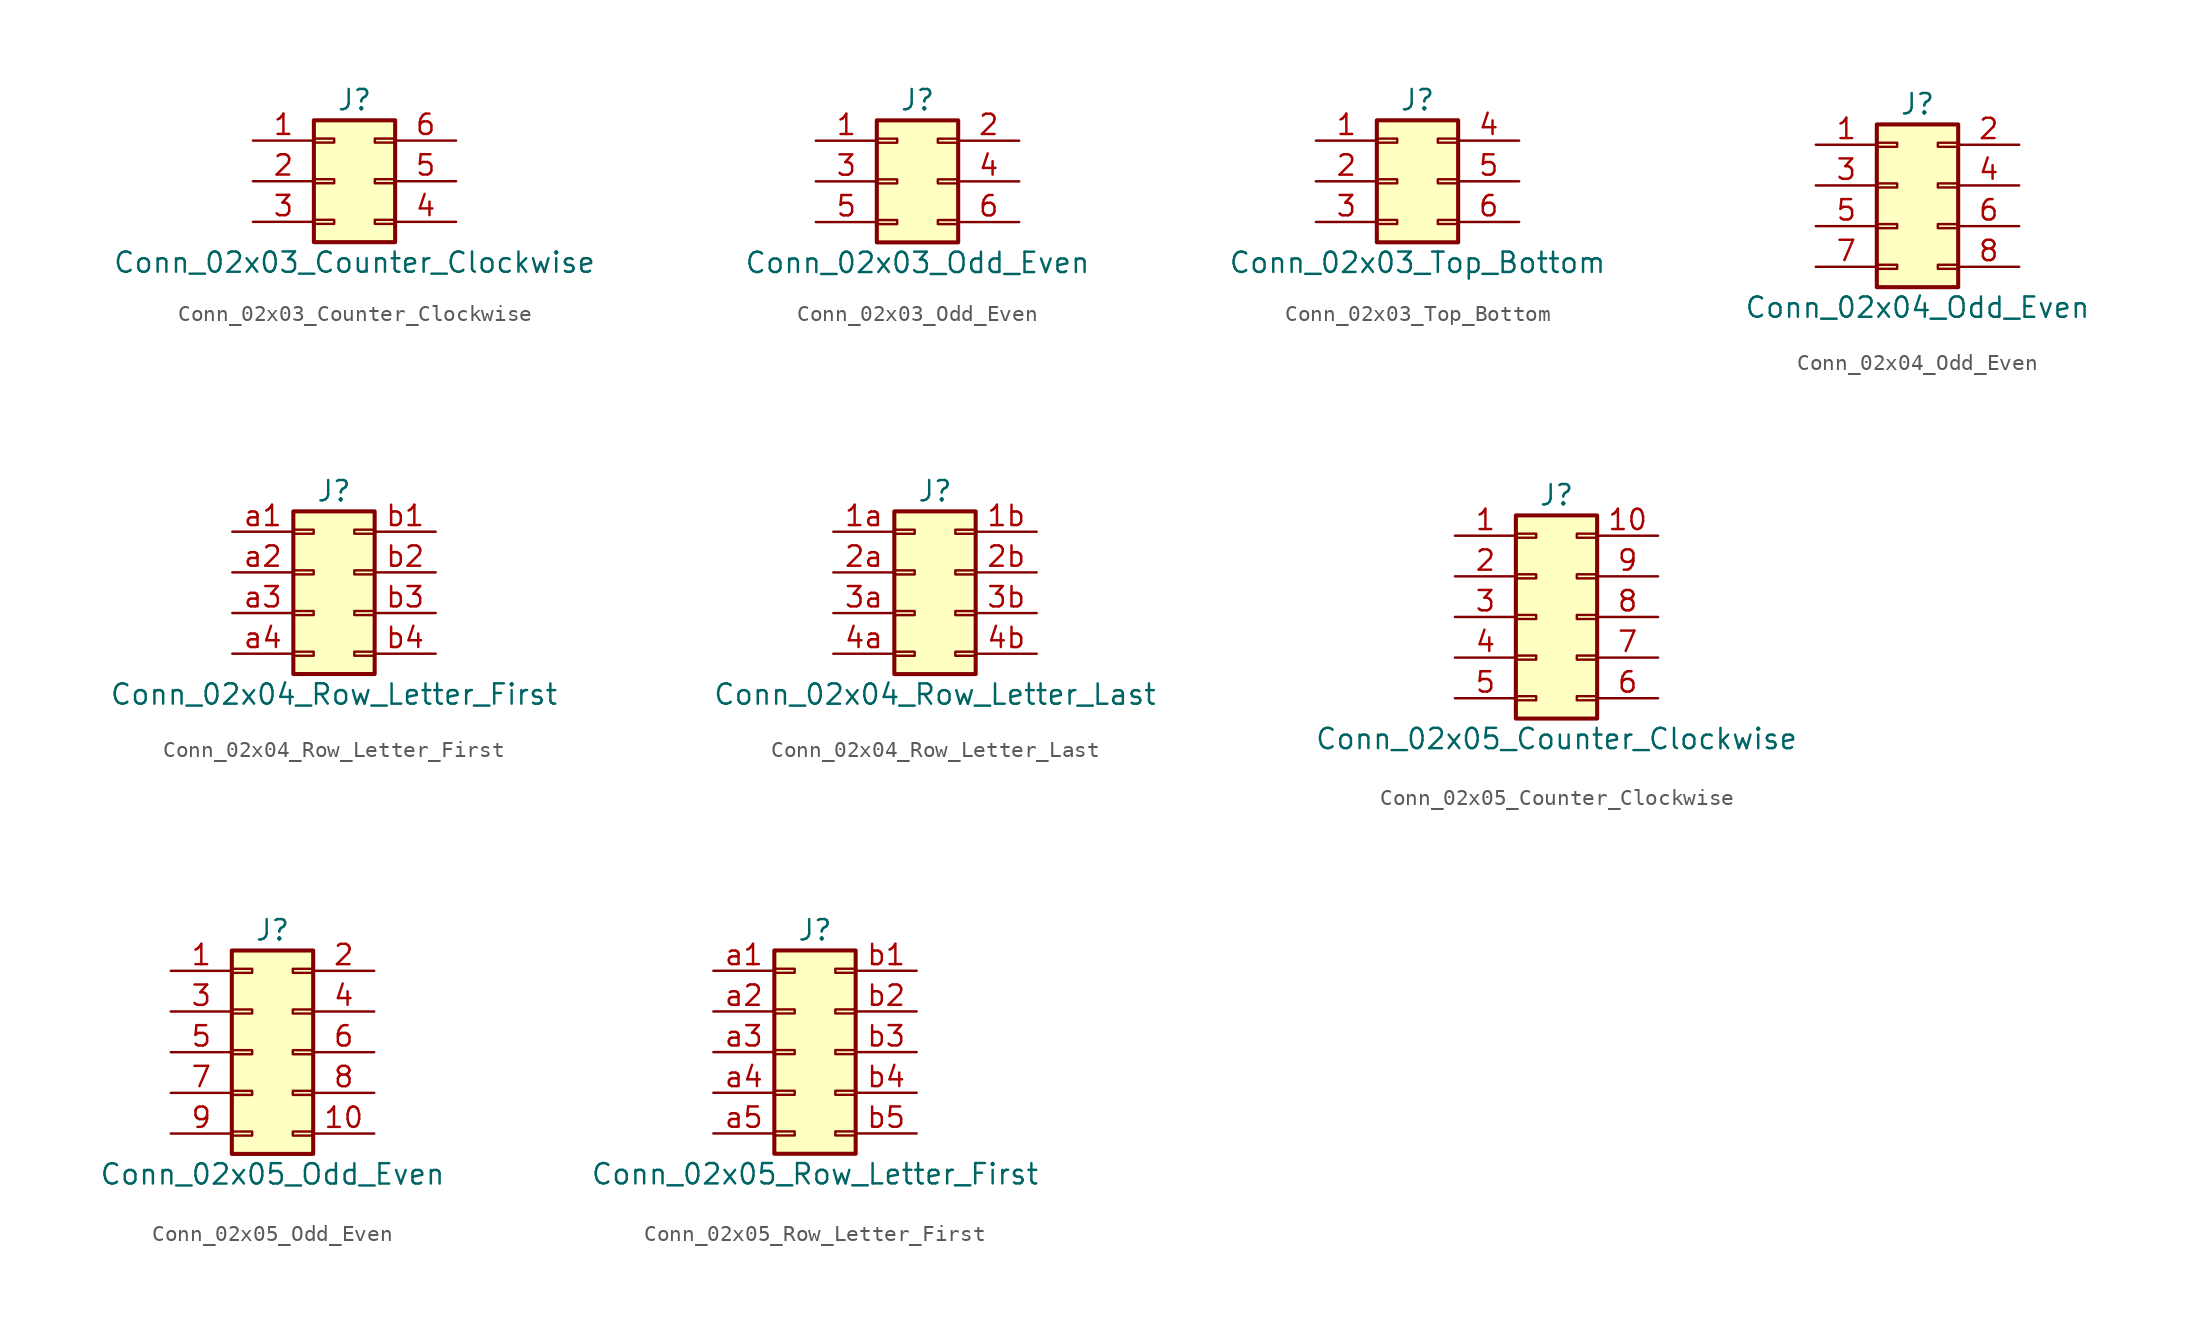
<source format=kicad_sym>
(kicad_symbol_lib
  (version 20201005)
  (generator kicad_symbol_editor)
  (symbol "Connector_Generic:Conn_02x03_Counter_Clockwise"
    (pin_names
      (offset 1.016) hide)
    (property "Reference" "J"
      (at 1.27 5.08 0)
      (effects (font (size 1.27 1.27))))
    (property "Value" "Conn_02x03_Counter_Clockwise"
      (at 1.27 -5.08 0)
      (effects (font (size 1.27 1.27))))
    (symbol "Conn_02x03_Counter_Clockwise_1_1"
      (rectangle (start -1.27 -2.413) (end 0 -2.667) (stroke (width 0.152)) (fill (type none)))
      (rectangle (start -1.27 2.667) (end 0 2.413) (stroke (width 0.152)) (fill (type none)))
      (rectangle (start -1.27 3.81) (end 3.81 -3.81) (stroke (width 0.254)) (fill (type background)))
      (rectangle (start -1.27 0.127) (end 0 -0.127) (stroke (width 0.152)) (fill (type none)))
      (rectangle (start 3.81 -2.413) (end 2.54 -2.667) (stroke (width 0.152)) (fill (type none)))
      (rectangle (start 3.81 2.667) (end 2.54 2.413) (stroke (width 0.152)) (fill (type none)))
      (rectangle (start 3.81 0.127) (end 2.54 -0.127) (stroke (width 0.152)) (fill (type none)))
      (pin passive line (at -5.08 2.54 0) (length 3.81) (name "Pin_1" (effects (font (size 1.27 1.27)))) (number "1" (effects (font (size 1.27 1.27)))))
      (pin passive line (at -5.08 0 0) (length 3.81) (name "Pin_2" (effects (font (size 1.27 1.27)))) (number "2" (effects (font (size 1.27 1.27)))))
      (pin passive line (at -5.08 -2.54 0) (length 3.81) (name "Pin_3" (effects (font (size 1.27 1.27)))) (number "3" (effects (font (size 1.27 1.27)))))
      (pin passive line (at 7.62 -2.54 180) (length 3.81) (name "Pin_4" (effects (font (size 1.27 1.27)))) (number "4" (effects (font (size 1.27 1.27)))))
      (pin passive line (at 7.62 0 180) (length 3.81) (name "Pin_5" (effects (font (size 1.27 1.27)))) (number "5" (effects (font (size 1.27 1.27)))))
      (pin passive line (at 7.62 2.54 180) (length 3.81) (name "Pin_6" (effects (font (size 1.27 1.27)))) (number "6" (effects (font (size 1.27 1.27)))))))
  (symbol "Connector_Generic:Conn_02x03_Odd_Even"
    (pin_names
      (offset 1.016) hide)
    (property "Reference" "J"
      (at 1.27 5.08 0)
      (effects (font (size 1.27 1.27))))
    (property "Value" "Conn_02x03_Odd_Even"
      (at 1.27 -5.08 0)
      (effects (font (size 1.27 1.27))))
    (symbol "Conn_02x03_Odd_Even_1_1"
      (rectangle (start -1.27 -2.413) (end 0 -2.667) (stroke (width 0.152)) (fill (type none)))
      (rectangle (start -1.27 2.667) (end 0 2.413) (stroke (width 0.152)) (fill (type none)))
      (rectangle (start -1.27 3.81) (end 3.81 -3.81) (stroke (width 0.254)) (fill (type background)))
      (rectangle (start -1.27 0.127) (end 0 -0.127) (stroke (width 0.152)) (fill (type none)))
      (rectangle (start 3.81 -2.413) (end 2.54 -2.667) (stroke (width 0.152)) (fill (type none)))
      (rectangle (start 3.81 2.667) (end 2.54 2.413) (stroke (width 0.152)) (fill (type none)))
      (rectangle (start 3.81 0.127) (end 2.54 -0.127) (stroke (width 0.152)) (fill (type none)))
      (pin passive line (at -5.08 2.54 0) (length 3.81) (name "Pin_1" (effects (font (size 1.27 1.27)))) (number "1" (effects (font (size 1.27 1.27)))))
      (pin passive line (at 7.62 2.54 180) (length 3.81) (name "Pin_2" (effects (font (size 1.27 1.27)))) (number "2" (effects (font (size 1.27 1.27)))))
      (pin passive line (at -5.08 0 0) (length 3.81) (name "Pin_3" (effects (font (size 1.27 1.27)))) (number "3" (effects (font (size 1.27 1.27)))))
      (pin passive line (at 7.62 0 180) (length 3.81) (name "Pin_4" (effects (font (size 1.27 1.27)))) (number "4" (effects (font (size 1.27 1.27)))))
      (pin passive line (at -5.08 -2.54 0) (length 3.81) (name "Pin_5" (effects (font (size 1.27 1.27)))) (number "5" (effects (font (size 1.27 1.27)))))
      (pin passive line (at 7.62 -2.54 180) (length 3.81) (name "Pin_6" (effects (font (size 1.27 1.27)))) (number "6" (effects (font (size 1.27 1.27)))))))
  (symbol "Connector_Generic:Conn_02x03_Top_Bottom"
    (pin_names
      (offset 1.016) hide)
    (property "Reference" "J"
      (at 1.27 5.08 0)
      (effects (font (size 1.27 1.27))))
    (property "Value" "Conn_02x03_Top_Bottom"
      (at 1.27 -5.08 0)
      (effects (font (size 1.27 1.27))))
    (symbol "Conn_02x03_Top_Bottom_1_1"
      (rectangle (start -1.27 -2.413) (end 0 -2.667) (stroke (width 0.152)) (fill (type none)))
      (rectangle (start -1.27 2.667) (end 0 2.413) (stroke (width 0.152)) (fill (type none)))
      (rectangle (start -1.27 3.81) (end 3.81 -3.81) (stroke (width 0.254)) (fill (type background)))
      (rectangle (start -1.27 0.127) (end 0 -0.127) (stroke (width 0.152)) (fill (type none)))
      (rectangle (start 3.81 -2.413) (end 2.54 -2.667) (stroke (width 0.152)) (fill (type none)))
      (rectangle (start 3.81 2.667) (end 2.54 2.413) (stroke (width 0.152)) (fill (type none)))
      (rectangle (start 3.81 0.127) (end 2.54 -0.127) (stroke (width 0.152)) (fill (type none)))
      (pin passive line (at -5.08 2.54 0) (length 3.81) (name "Pin_1" (effects (font (size 1.27 1.27)))) (number "1" (effects (font (size 1.27 1.27)))))
      (pin passive line (at -5.08 0 0) (length 3.81) (name "Pin_2" (effects (font (size 1.27 1.27)))) (number "2" (effects (font (size 1.27 1.27)))))
      (pin passive line (at -5.08 -2.54 0) (length 3.81) (name "Pin_3" (effects (font (size 1.27 1.27)))) (number "3" (effects (font (size 1.27 1.27)))))
      (pin passive line (at 7.62 2.54 180) (length 3.81) (name "Pin_4" (effects (font (size 1.27 1.27)))) (number "4" (effects (font (size 1.27 1.27)))))
      (pin passive line (at 7.62 0 180) (length 3.81) (name "Pin_5" (effects (font (size 1.27 1.27)))) (number "5" (effects (font (size 1.27 1.27)))))
      (pin passive line (at 7.62 -2.54 180) (length 3.81) (name "Pin_6" (effects (font (size 1.27 1.27)))) (number "6" (effects (font (size 1.27 1.27)))))))
  (symbol "Connector_Generic:Conn_02x04_Odd_Even"
    (pin_names
      (offset 1.016) hide)
    (property "Reference" "J"
      (at 1.27 5.08 0)
      (effects (font (size 1.27 1.27))))
    (property "Value" "Conn_02x04_Odd_Even"
      (at 1.27 -7.62 0)
      (effects (font (size 1.27 1.27))))
    (symbol "Conn_02x04_Odd_Even_1_1"
      (rectangle (start -1.27 -4.953) (end 0 -5.207) (stroke (width 0.152)) (fill (type none)))
      (rectangle (start -1.27 -2.413) (end 0 -2.667) (stroke (width 0.152)) (fill (type none)))
      (rectangle (start -1.27 2.667) (end 0 2.413) (stroke (width 0.152)) (fill (type none)))
      (rectangle (start -1.27 3.81) (end 3.81 -6.35) (stroke (width 0.254)) (fill (type background)))
      (rectangle (start -1.27 0.127) (end 0 -0.127) (stroke (width 0.152)) (fill (type none)))
      (rectangle (start 3.81 -4.953) (end 2.54 -5.207) (stroke (width 0.152)) (fill (type none)))
      (rectangle (start 3.81 -2.413) (end 2.54 -2.667) (stroke (width 0.152)) (fill (type none)))
      (rectangle (start 3.81 2.667) (end 2.54 2.413) (stroke (width 0.152)) (fill (type none)))
      (rectangle (start 3.81 0.127) (end 2.54 -0.127) (stroke (width 0.152)) (fill (type none)))
      (pin passive line (at -5.08 2.54 0) (length 3.81) (name "Pin_1" (effects (font (size 1.27 1.27)))) (number "1" (effects (font (size 1.27 1.27)))))
      (pin passive line (at 7.62 2.54 180) (length 3.81) (name "Pin_2" (effects (font (size 1.27 1.27)))) (number "2" (effects (font (size 1.27 1.27)))))
      (pin passive line (at -5.08 0 0) (length 3.81) (name "Pin_3" (effects (font (size 1.27 1.27)))) (number "3" (effects (font (size 1.27 1.27)))))
      (pin passive line (at 7.62 0 180) (length 3.81) (name "Pin_4" (effects (font (size 1.27 1.27)))) (number "4" (effects (font (size 1.27 1.27)))))
      (pin passive line (at -5.08 -2.54 0) (length 3.81) (name "Pin_5" (effects (font (size 1.27 1.27)))) (number "5" (effects (font (size 1.27 1.27)))))
      (pin passive line (at 7.62 -2.54 180) (length 3.81) (name "Pin_6" (effects (font (size 1.27 1.27)))) (number "6" (effects (font (size 1.27 1.27)))))
      (pin passive line (at -5.08 -5.08 0) (length 3.81) (name "Pin_7" (effects (font (size 1.27 1.27)))) (number "7" (effects (font (size 1.27 1.27)))))
      (pin passive line (at 7.62 -5.08 180) (length 3.81) (name "Pin_8" (effects (font (size 1.27 1.27)))) (number "8" (effects (font (size 1.27 1.27)))))))
  (symbol "Connector_Generic:Conn_02x04_Row_Letter_First"
    (pin_names
      (offset 1.016) hide)
    (property "Reference" "J"
      (at 1.27 5.08 0)
      (effects (font (size 1.27 1.27))))
    (property "Value" "Conn_02x04_Row_Letter_First"
      (at 1.27 -7.62 0)
      (effects (font (size 1.27 1.27))))
    (symbol "Conn_02x04_Row_Letter_First_1_1"
      (rectangle (start -1.27 -4.953) (end 0 -5.207) (stroke (width 0.152)) (fill (type none)))
      (rectangle (start -1.27 -2.413) (end 0 -2.667) (stroke (width 0.152)) (fill (type none)))
      (rectangle (start -1.27 2.667) (end 0 2.413) (stroke (width 0.152)) (fill (type none)))
      (rectangle (start -1.27 3.81) (end 3.81 -6.35) (stroke (width 0.254)) (fill (type background)))
      (rectangle (start -1.27 0.127) (end 0 -0.127) (stroke (width 0.152)) (fill (type none)))
      (rectangle (start 3.81 -4.953) (end 2.54 -5.207) (stroke (width 0.152)) (fill (type none)))
      (rectangle (start 3.81 -2.413) (end 2.54 -2.667) (stroke (width 0.152)) (fill (type none)))
      (rectangle (start 3.81 2.667) (end 2.54 2.413) (stroke (width 0.152)) (fill (type none)))
      (rectangle (start 3.81 0.127) (end 2.54 -0.127) (stroke (width 0.152)) (fill (type none)))
      (pin passive line (at -5.08 2.54 0) (length 3.81) (name "Pin_a1" (effects (font (size 1.27 1.27)))) (number "a1" (effects (font (size 1.27 1.27)))))
      (pin passive line (at -5.08 0 0) (length 3.81) (name "Pin_a2" (effects (font (size 1.27 1.27)))) (number "a2" (effects (font (size 1.27 1.27)))))
      (pin passive line (at -5.08 -2.54 0) (length 3.81) (name "Pin_a3" (effects (font (size 1.27 1.27)))) (number "a3" (effects (font (size 1.27 1.27)))))
      (pin passive line (at -5.08 -5.08 0) (length 3.81) (name "Pin_a4" (effects (font (size 1.27 1.27)))) (number "a4" (effects (font (size 1.27 1.27)))))
      (pin passive line (at 7.62 2.54 180) (length 3.81) (name "Pin_b1" (effects (font (size 1.27 1.27)))) (number "b1" (effects (font (size 1.27 1.27)))))
      (pin passive line (at 7.62 0 180) (length 3.81) (name "Pin_b2" (effects (font (size 1.27 1.27)))) (number "b2" (effects (font (size 1.27 1.27)))))
      (pin passive line (at 7.62 -2.54 180) (length 3.81) (name "Pin_b3" (effects (font (size 1.27 1.27)))) (number "b3" (effects (font (size 1.27 1.27)))))
      (pin passive line (at 7.62 -5.08 180) (length 3.81) (name "Pin_b4" (effects (font (size 1.27 1.27)))) (number "b4" (effects (font (size 1.27 1.27)))))))
  (symbol "Connector_Generic:Conn_02x04_Row_Letter_Last"
    (pin_names
      (offset 1.016) hide)
    (property "Reference" "J"
      (at 1.27 5.08 0)
      (effects (font (size 1.27 1.27))))
    (property "Value" "Conn_02x04_Row_Letter_Last"
      (at 1.27 -7.62 0)
      (effects (font (size 1.27 1.27))))
    (symbol "Conn_02x04_Row_Letter_Last_1_1"
      (rectangle (start -1.27 -4.953) (end 0 -5.207) (stroke (width 0.152)) (fill (type none)))
      (rectangle (start -1.27 -2.413) (end 0 -2.667) (stroke (width 0.152)) (fill (type none)))
      (rectangle (start -1.27 2.667) (end 0 2.413) (stroke (width 0.152)) (fill (type none)))
      (rectangle (start -1.27 3.81) (end 3.81 -6.35) (stroke (width 0.254)) (fill (type background)))
      (rectangle (start -1.27 0.127) (end 0 -0.127) (stroke (width 0.152)) (fill (type none)))
      (rectangle (start 3.81 -4.953) (end 2.54 -5.207) (stroke (width 0.152)) (fill (type none)))
      (rectangle (start 3.81 -2.413) (end 2.54 -2.667) (stroke (width 0.152)) (fill (type none)))
      (rectangle (start 3.81 2.667) (end 2.54 2.413) (stroke (width 0.152)) (fill (type none)))
      (rectangle (start 3.81 0.127) (end 2.54 -0.127) (stroke (width 0.152)) (fill (type none)))
      (pin passive line (at -5.08 2.54 0) (length 3.81) (name "Pin_1a" (effects (font (size 1.27 1.27)))) (number "1a" (effects (font (size 1.27 1.27)))))
      (pin passive line (at 7.62 2.54 180) (length 3.81) (name "Pin_1b" (effects (font (size 1.27 1.27)))) (number "1b" (effects (font (size 1.27 1.27)))))
      (pin passive line (at -5.08 0 0) (length 3.81) (name "Pin_2a" (effects (font (size 1.27 1.27)))) (number "2a" (effects (font (size 1.27 1.27)))))
      (pin passive line (at 7.62 0 180) (length 3.81) (name "Pin_2b" (effects (font (size 1.27 1.27)))) (number "2b" (effects (font (size 1.27 1.27)))))
      (pin passive line (at -5.08 -2.54 0) (length 3.81) (name "Pin_3a" (effects (font (size 1.27 1.27)))) (number "3a" (effects (font (size 1.27 1.27)))))
      (pin passive line (at 7.62 -2.54 180) (length 3.81) (name "Pin_3b" (effects (font (size 1.27 1.27)))) (number "3b" (effects (font (size 1.27 1.27)))))
      (pin passive line (at -5.08 -5.08 0) (length 3.81) (name "Pin_4a" (effects (font (size 1.27 1.27)))) (number "4a" (effects (font (size 1.27 1.27)))))
      (pin passive line (at 7.62 -5.08 180) (length 3.81) (name "Pin_4b" (effects (font (size 1.27 1.27)))) (number "4b" (effects (font (size 1.27 1.27)))))))
  (symbol "Connector_Generic:Conn_02x05_Counter_Clockwise"
    (pin_names
      (offset 1.016) hide)
    (property "Reference" "J"
      (at 1.27 7.62 0)
      (effects (font (size 1.27 1.27))))
    (property "Value" "Conn_02x05_Counter_Clockwise"
      (at 1.27 -7.62 0)
      (effects (font (size 1.27 1.27))))
    (symbol "Conn_02x05_Counter_Clockwise_1_1"
      (rectangle (start -1.27 -4.953) (end 0 -5.207) (stroke (width 0.152)) (fill (type none)))
      (rectangle (start -1.27 -2.413) (end 0 -2.667) (stroke (width 0.152)) (fill (type none)))
      (rectangle (start -1.27 2.667) (end 0 2.413) (stroke (width 0.152)) (fill (type none)))
      (rectangle (start -1.27 5.207) (end 0 4.953) (stroke (width 0.152)) (fill (type none)))
      (rectangle (start -1.27 6.35) (end 3.81 -6.35) (stroke (width 0.254)) (fill (type background)))
      (rectangle (start -1.27 0.127) (end 0 -0.127) (stroke (width 0.152)) (fill (type none)))
      (rectangle (start 3.81 -4.953) (end 2.54 -5.207) (stroke (width 0.152)) (fill (type none)))
      (rectangle (start 3.81 -2.413) (end 2.54 -2.667) (stroke (width 0.152)) (fill (type none)))
      (rectangle (start 3.81 2.667) (end 2.54 2.413) (stroke (width 0.152)) (fill (type none)))
      (rectangle (start 3.81 5.207) (end 2.54 4.953) (stroke (width 0.152)) (fill (type none)))
      (rectangle (start 3.81 0.127) (end 2.54 -0.127) (stroke (width 0.152)) (fill (type none)))
      (pin passive line (at -5.08 5.08 0) (length 3.81) (name "Pin_1" (effects (font (size 1.27 1.27)))) (number "1" (effects (font (size 1.27 1.27)))))
      (pin passive line (at 7.62 5.08 180) (length 3.81) (name "Pin_10" (effects (font (size 1.27 1.27)))) (number "10" (effects (font (size 1.27 1.27)))))
      (pin passive line (at -5.08 2.54 0) (length 3.81) (name "Pin_2" (effects (font (size 1.27 1.27)))) (number "2" (effects (font (size 1.27 1.27)))))
      (pin passive line (at -5.08 0 0) (length 3.81) (name "Pin_3" (effects (font (size 1.27 1.27)))) (number "3" (effects (font (size 1.27 1.27)))))
      (pin passive line (at -5.08 -2.54 0) (length 3.81) (name "Pin_4" (effects (font (size 1.27 1.27)))) (number "4" (effects (font (size 1.27 1.27)))))
      (pin passive line (at -5.08 -5.08 0) (length 3.81) (name "Pin_5" (effects (font (size 1.27 1.27)))) (number "5" (effects (font (size 1.27 1.27)))))
      (pin passive line (at 7.62 -5.08 180) (length 3.81) (name "Pin_6" (effects (font (size 1.27 1.27)))) (number "6" (effects (font (size 1.27 1.27)))))
      (pin passive line (at 7.62 -2.54 180) (length 3.81) (name "Pin_7" (effects (font (size 1.27 1.27)))) (number "7" (effects (font (size 1.27 1.27)))))
      (pin passive line (at 7.62 0 180) (length 3.81) (name "Pin_8" (effects (font (size 1.27 1.27)))) (number "8" (effects (font (size 1.27 1.27)))))
      (pin passive line (at 7.62 2.54 180) (length 3.81) (name "Pin_9" (effects (font (size 1.27 1.27)))) (number "9" (effects (font (size 1.27 1.27)))))))
  (symbol "Connector_Generic:Conn_02x05_Odd_Even"
    (pin_names
      (offset 1.016) hide)
    (property "Reference" "J"
      (at 1.27 7.62 0)
      (effects (font (size 1.27 1.27))))
    (property "Value" "Conn_02x05_Odd_Even"
      (at 1.27 -7.62 0)
      (effects (font (size 1.27 1.27))))
    (symbol "Conn_02x05_Odd_Even_1_1"
      (rectangle (start -1.27 -4.953) (end 0 -5.207) (stroke (width 0.152)) (fill (type none)))
      (rectangle (start -1.27 -2.413) (end 0 -2.667) (stroke (width 0.152)) (fill (type none)))
      (rectangle (start -1.27 2.667) (end 0 2.413) (stroke (width 0.152)) (fill (type none)))
      (rectangle (start -1.27 5.207) (end 0 4.953) (stroke (width 0.152)) (fill (type none)))
      (rectangle (start -1.27 6.35) (end 3.81 -6.35) (stroke (width 0.254)) (fill (type background)))
      (rectangle (start -1.27 0.127) (end 0 -0.127) (stroke (width 0.152)) (fill (type none)))
      (rectangle (start 3.81 -4.953) (end 2.54 -5.207) (stroke (width 0.152)) (fill (type none)))
      (rectangle (start 3.81 -2.413) (end 2.54 -2.667) (stroke (width 0.152)) (fill (type none)))
      (rectangle (start 3.81 2.667) (end 2.54 2.413) (stroke (width 0.152)) (fill (type none)))
      (rectangle (start 3.81 5.207) (end 2.54 4.953) (stroke (width 0.152)) (fill (type none)))
      (rectangle (start 3.81 0.127) (end 2.54 -0.127) (stroke (width 0.152)) (fill (type none)))
      (pin passive line (at -5.08 5.08 0) (length 3.81) (name "Pin_1" (effects (font (size 1.27 1.27)))) (number "1" (effects (font (size 1.27 1.27)))))
      (pin passive line (at 7.62 -5.08 180) (length 3.81) (name "Pin_10" (effects (font (size 1.27 1.27)))) (number "10" (effects (font (size 1.27 1.27)))))
      (pin passive line (at 7.62 5.08 180) (length 3.81) (name "Pin_2" (effects (font (size 1.27 1.27)))) (number "2" (effects (font (size 1.27 1.27)))))
      (pin passive line (at -5.08 2.54 0) (length 3.81) (name "Pin_3" (effects (font (size 1.27 1.27)))) (number "3" (effects (font (size 1.27 1.27)))))
      (pin passive line (at 7.62 2.54 180) (length 3.81) (name "Pin_4" (effects (font (size 1.27 1.27)))) (number "4" (effects (font (size 1.27 1.27)))))
      (pin passive line (at -5.08 0 0) (length 3.81) (name "Pin_5" (effects (font (size 1.27 1.27)))) (number "5" (effects (font (size 1.27 1.27)))))
      (pin passive line (at 7.62 0 180) (length 3.81) (name "Pin_6" (effects (font (size 1.27 1.27)))) (number "6" (effects (font (size 1.27 1.27)))))
      (pin passive line (at -5.08 -2.54 0) (length 3.81) (name "Pin_7" (effects (font (size 1.27 1.27)))) (number "7" (effects (font (size 1.27 1.27)))))
      (pin passive line (at 7.62 -2.54 180) (length 3.81) (name "Pin_8" (effects (font (size 1.27 1.27)))) (number "8" (effects (font (size 1.27 1.27)))))
      (pin passive line (at -5.08 -5.08 0) (length 3.81) (name "Pin_9" (effects (font (size 1.27 1.27)))) (number "9" (effects (font (size 1.27 1.27)))))))
  (symbol "Connector_Generic:Conn_02x05_Row_Letter_First"
    (pin_names
      (offset 1.016) hide)
    (property "Reference" "J"
      (at 1.27 7.62 0)
      (effects (font (size 1.27 1.27))))
    (property "Value" "Conn_02x05_Row_Letter_First"
      (at 1.27 -7.62 0)
      (effects (font (size 1.27 1.27))))
    (symbol "Conn_02x05_Row_Letter_First_1_1"
      (rectangle (start -1.27 -4.953) (end 0 -5.207) (stroke (width 0.152)) (fill (type none)))
      (rectangle (start -1.27 -2.413) (end 0 -2.667) (stroke (width 0.152)) (fill (type none)))
      (rectangle (start -1.27 2.667) (end 0 2.413) (stroke (width 0.152)) (fill (type none)))
      (rectangle (start -1.27 5.207) (end 0 4.953) (stroke (width 0.152)) (fill (type none)))
      (rectangle (start -1.27 6.35) (end 3.81 -6.35) (stroke (width 0.254)) (fill (type background)))
      (rectangle (start -1.27 0.127) (end 0 -0.127) (stroke (width 0.152)) (fill (type none)))
      (rectangle (start 3.81 -4.953) (end 2.54 -5.207) (stroke (width 0.152)) (fill (type none)))
      (rectangle (start 3.81 -2.413) (end 2.54 -2.667) (stroke (width 0.152)) (fill (type none)))
      (rectangle (start 3.81 2.667) (end 2.54 2.413) (stroke (width 0.152)) (fill (type none)))
      (rectangle (start 3.81 5.207) (end 2.54 4.953) (stroke (width 0.152)) (fill (type none)))
      (rectangle (start 3.81 0.127) (end 2.54 -0.127) (stroke (width 0.152)) (fill (type none)))
      (pin passive line (at -5.08 5.08 0) (length 3.81) (name "Pin_a1" (effects (font (size 1.27 1.27)))) (number "a1" (effects (font (size 1.27 1.27)))))
      (pin passive line (at -5.08 2.54 0) (length 3.81) (name "Pin_a2" (effects (font (size 1.27 1.27)))) (number "a2" (effects (font (size 1.27 1.27)))))
      (pin passive line (at -5.08 0 0) (length 3.81) (name "Pin_a3" (effects (font (size 1.27 1.27)))) (number "a3" (effects (font (size 1.27 1.27)))))
      (pin passive line (at -5.08 -2.54 0) (length 3.81) (name "Pin_a4" (effects (font (size 1.27 1.27)))) (number "a4" (effects (font (size 1.27 1.27)))))
      (pin passive line (at -5.08 -5.08 0) (length 3.81) (name "Pin_a5" (effects (font (size 1.27 1.27)))) (number "a5" (effects (font (size 1.27 1.27)))))
      (pin passive line (at 7.62 5.08 180) (length 3.81) (name "Pin_b1" (effects (font (size 1.27 1.27)))) (number "b1" (effects (font (size 1.27 1.27)))))
      (pin passive line (at 7.62 2.54 180) (length 3.81) (name "Pin_b2" (effects (font (size 1.27 1.27)))) (number "b2" (effects (font (size 1.27 1.27)))))
      (pin passive line (at 7.62 0 180) (length 3.81) (name "Pin_b3" (effects (font (size 1.27 1.27)))) (number "b3" (effects (font (size 1.27 1.27)))))
      (pin passive line (at 7.62 -2.54 180) (length 3.81) (name "Pin_b4" (effects (font (size 1.27 1.27)))) (number "b4" (effects (font (size 1.27 1.27)))))
      (pin passive line (at 7.62 -5.08 180) (length 3.81) (name "Pin_b5" (effects (font (size 1.27 1.27)))) (number "b5" (effects (font (size 1.27 1.27))))))))
</source>
